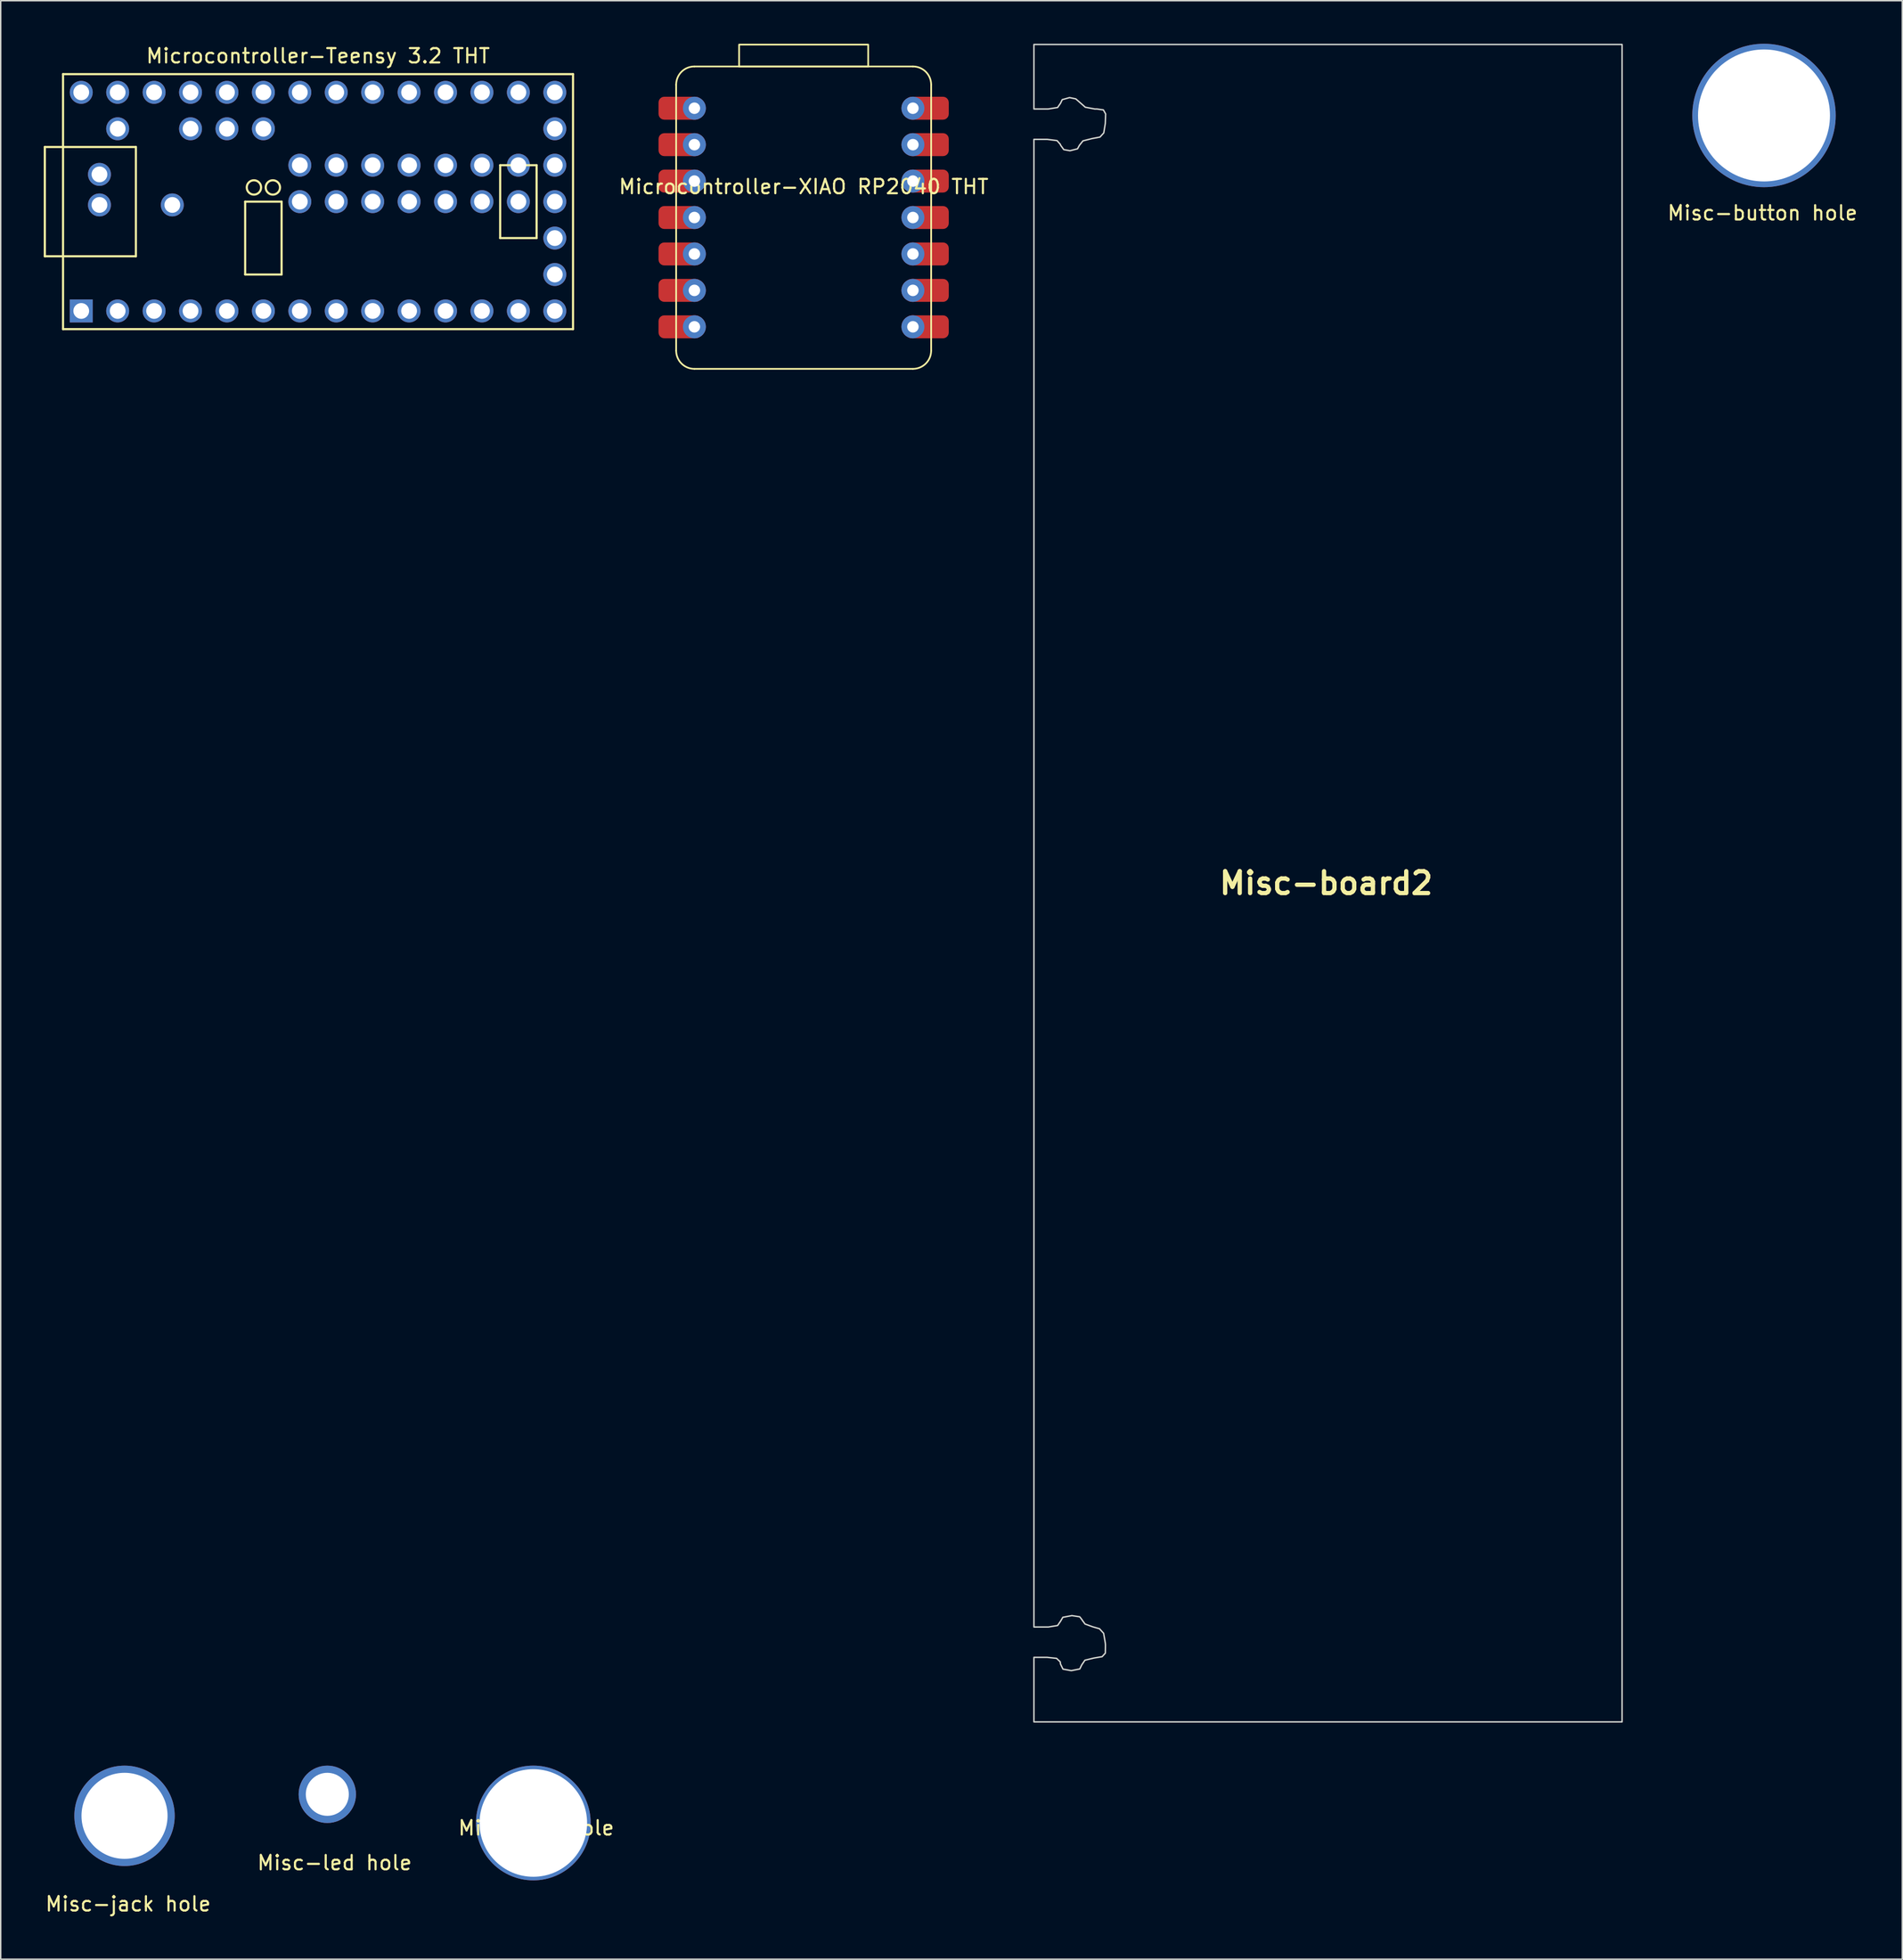
<source format=kicad_pcb>
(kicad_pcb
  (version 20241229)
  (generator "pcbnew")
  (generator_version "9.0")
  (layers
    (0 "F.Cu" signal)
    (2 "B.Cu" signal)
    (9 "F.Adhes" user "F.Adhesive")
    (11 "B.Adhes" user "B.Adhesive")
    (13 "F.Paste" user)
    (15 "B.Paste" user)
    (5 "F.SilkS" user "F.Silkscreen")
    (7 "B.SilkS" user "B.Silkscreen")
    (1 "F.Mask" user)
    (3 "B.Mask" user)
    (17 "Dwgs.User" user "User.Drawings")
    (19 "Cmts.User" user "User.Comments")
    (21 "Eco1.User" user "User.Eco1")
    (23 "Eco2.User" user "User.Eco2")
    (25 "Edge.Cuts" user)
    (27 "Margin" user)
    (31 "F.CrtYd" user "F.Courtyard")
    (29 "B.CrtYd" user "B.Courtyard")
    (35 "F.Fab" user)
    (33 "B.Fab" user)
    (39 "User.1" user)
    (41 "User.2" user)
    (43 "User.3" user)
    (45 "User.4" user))
  (footprint "Misc-button hole"
    (layer "F.Cu")
    (at 119.846 11.299)
    (property "Reference" "Misc-button hole" (at 0 0.5 0) (layer "F.SilkS") (effects (font (size 1 1) (thickness 0.15))))
    (attr through_hole)
    (pad "1" thru_hole circle (at 0.102 -6.299) (size 10 10) (drill 9.2) (layers "*.Mask" "F.Cu")))
  (footprint "Microcontroller-Teensy 3.2 THT"
    (layer "F.Cu")
    (at 19.125 11.008)
    (property "Reference" "Microcontroller-Teensy 3.2 THT" (at 0 -10.16 180) (layer "F.SilkS") (effects (font (size 1 1) (thickness 0.15))))
    (attr through_hole)
    (fp_line (start -19.05 -3.81) (end -17.78 -3.81) (stroke (width 0.15) (type solid)) (layer "F.SilkS"))
    (fp_line (start -19.05 3.81) (end -19.05 -3.81) (stroke (width 0.15) (type solid)) (layer "F.SilkS"))
    (fp_line (start -17.78 -8.89) (end 17.78 -8.89) (stroke (width 0.15) (type solid)) (layer "F.SilkS"))
    (fp_line (start -17.78 3.81) (end -19.05 3.81) (stroke (width 0.15) (type solid)) (layer "F.SilkS"))
    (fp_line (start -17.78 8.89) (end -17.78 -8.89) (stroke (width 0.15) (type solid)) (layer "F.SilkS"))
    (fp_line (start -12.7 -3.81) (end -17.78 -3.81) (stroke (width 0.15) (type solid)) (layer "F.SilkS"))
    (fp_line (start -12.7 3.81) (end -17.78 3.81) (stroke (width 0.15) (type solid)) (layer "F.SilkS"))
    (fp_line (start -12.7 3.81) (end -12.7 -3.81) (stroke (width 0.15) (type solid)) (layer "F.SilkS"))
    (fp_line (start -5.08 0) (end -2.54 0) (stroke (width 0.15) (type solid)) (layer "F.SilkS"))
    (fp_line (start -5.08 5.08) (end -5.08 0) (stroke (width 0.15) (type solid)) (layer "F.SilkS"))
    (fp_line (start -2.54 0) (end -2.54 5.08) (stroke (width 0.15) (type solid)) (layer "F.SilkS"))
    (fp_line (start -2.54 5.08) (end -5.08 5.08) (stroke (width 0.15) (type solid)) (layer "F.SilkS"))
    (fp_line (start 12.7 -2.54) (end 15.24 -2.54) (stroke (width 0.15) (type solid)) (layer "F.SilkS"))
    (fp_line (start 12.7 2.54) (end 12.7 -2.54) (stroke (width 0.15) (type solid)) (layer "F.SilkS"))
    (fp_line (start 15.24 -2.54) (end 15.24 2.54) (stroke (width 0.15) (type solid)) (layer "F.SilkS"))
    (fp_line (start 15.24 2.54) (end 12.7 2.54) (stroke (width 0.15) (type solid)) (layer "F.SilkS"))
    (fp_line (start 17.78 -8.89) (end 17.78 8.89) (stroke (width 0.15) (type solid)) (layer "F.SilkS"))
    (fp_line (start 17.78 8.89) (end -17.78 8.89) (stroke (width 0.15) (type solid)) (layer "F.SilkS"))
    (fp_circle (center -4.47 -0.99) (end -3.97 -0.99) (stroke (width 0.15) (type solid)) (fill no) (layer "F.SilkS"))
    (fp_circle (center -3.15 -0.99) (end -2.65 -0.99) (stroke (width 0.15) (type solid)) (fill no) (layer "F.SilkS"))
    (pad "1" thru_hole rect (at -16.51 7.62) (size 1.6 1.6) (drill 1.1) (layers "*.Cu" "*.Mask"))
    (pad "2" thru_hole circle (at -13.97 7.62) (size 1.6 1.6) (drill 1.1) (layers "*.Cu" "*.Mask"))
    (pad "3" thru_hole circle (at -11.43 7.62) (size 1.6 1.6) (drill 1.1) (layers "*.Cu" "*.Mask"))
    (pad "4" thru_hole circle (at -8.89 7.62) (size 1.6 1.6) (drill 1.1) (layers "*.Cu" "*.Mask"))
    (pad "5" thru_hole circle (at -6.35 7.62) (size 1.6 1.6) (drill 1.1) (layers "*.Cu" "*.Mask"))
    (pad "6" thru_hole circle (at -3.81 7.62) (size 1.6 1.6) (drill 1.1) (layers "*.Cu" "*.Mask"))
    (pad "7" thru_hole circle (at -1.27 7.62) (size 1.6 1.6) (drill 1.1) (layers "*.Cu" "*.Mask"))
    (pad "8" thru_hole circle (at 1.27 7.62) (size 1.6 1.6) (drill 1.1) (layers "*.Cu" "*.Mask"))
    (pad "9" thru_hole circle (at 3.81 7.62) (size 1.6 1.6) (drill 1.1) (layers "*.Cu" "*.Mask"))
    (pad "10" thru_hole circle (at 6.35 7.62) (size 1.6 1.6) (drill 1.1) (layers "*.Cu" "*.Mask"))
    (pad "11" thru_hole circle (at 8.89 7.62) (size 1.6 1.6) (drill 1.1) (layers "*.Cu" "*.Mask"))
    (pad "12" thru_hole circle (at 11.43 7.62) (size 1.6 1.6) (drill 1.1) (layers "*.Cu" "*.Mask"))
    (pad "13" thru_hole circle (at 13.97 7.62) (size 1.6 1.6) (drill 1.1) (layers "*.Cu" "*.Mask"))
    (pad "14" thru_hole circle (at 16.51 7.62) (size 1.6 1.6) (drill 1.1) (layers "*.Cu" "*.Mask"))
    (pad "15" thru_hole circle (at 16.51 5.08) (size 1.6 1.6) (drill 1.1) (layers "*.Cu" "*.Mask"))
    (pad "16" thru_hole circle (at 16.51 2.54) (size 1.6 1.6) (drill 1.1) (layers "*.Cu" "*.Mask"))
    (pad "17" thru_hole circle (at 16.51 0) (size 1.6 1.6) (drill 1.1) (layers "*.Cu" "*.Mask"))
    (pad "18" thru_hole circle (at 16.51 -2.54) (size 1.6 1.6) (drill 1.1) (layers "*.Cu" "*.Mask"))
    (pad "19" thru_hole circle (at 16.51 -5.08) (size 1.6 1.6) (drill 1.1) (layers "*.Cu" "*.Mask"))
    (pad "20" thru_hole circle (at 16.51 -7.62) (size 1.6 1.6) (drill 1.1) (layers "*.Cu" "*.Mask"))
    (pad "21" thru_hole circle (at 13.97 -7.62) (size 1.6 1.6) (drill 1.1) (layers "*.Cu" "*.Mask"))
    (pad "22" thru_hole circle (at 11.43 -7.62) (size 1.6 1.6) (drill 1.1) (layers "*.Cu" "*.Mask"))
    (pad "23" thru_hole circle (at 8.89 -7.62) (size 1.6 1.6) (drill 1.1) (layers "*.Cu" "*.Mask"))
    (pad "24" thru_hole circle (at 6.35 -7.62) (size 1.6 1.6) (drill 1.1) (layers "*.Cu" "*.Mask"))
    (pad "25" thru_hole circle (at 3.81 -7.62) (size 1.6 1.6) (drill 1.1) (layers "*.Cu" "*.Mask"))
    (pad "26" thru_hole circle (at 1.27 -7.62) (size 1.6 1.6) (drill 1.1) (layers "*.Cu" "*.Mask"))
    (pad "27" thru_hole circle (at -1.27 -7.62) (size 1.6 1.6) (drill 1.1) (layers "*.Cu" "*.Mask"))
    (pad "28" thru_hole circle (at -3.81 -7.62) (size 1.6 1.6) (drill 1.1) (layers "*.Cu" "*.Mask"))
    (pad "29" thru_hole circle (at -6.35 -7.62) (size 1.6 1.6) (drill 1.1) (layers "*.Cu" "*.Mask"))
    (pad "30" thru_hole circle (at -8.89 -7.62) (size 1.6 1.6) (drill 1.1) (layers "*.Cu" "*.Mask"))
    (pad "31" thru_hole circle (at -11.43 -7.62) (size 1.6 1.6) (drill 1.1) (layers "*.Cu" "*.Mask"))
    (pad "32" thru_hole circle (at -13.97 -7.62) (size 1.6 1.6) (drill 1.1) (layers "*.Cu" "*.Mask"))
    (pad "33" thru_hole circle (at -16.51 -7.62) (size 1.6 1.6) (drill 1.1) (layers "*.Cu" "*.Mask"))
    (pad "34" thru_hole circle (at -13.97 -5.08) (size 1.6 1.6) (drill 1.1) (layers "*.Cu" "*.Mask"))
    (pad "35" thru_hole circle (at -8.89 -5.08) (size 1.6 1.6) (drill 1.1) (layers "*.Cu" "*.Mask"))
    (pad "36" thru_hole circle (at -6.35 -5.08) (size 1.6 1.6) (drill 1.1) (layers "*.Cu" "*.Mask"))
    (pad "37" thru_hole circle (at -3.81 -5.08) (size 1.6 1.6) (drill 1.1) (layers "*.Cu" "*.Mask"))
    (pad "38" thru_hole circle (at -10.16 0.23) (size 1.6 1.6) (drill 1.1) (layers "*.Cu" "*.Mask"))
    (pad "39" thru_hole circle (at -15.24 0.23) (size 1.6 1.6) (drill 1.1) (layers "*.Cu" "*.Mask"))
    (pad "40" thru_hole circle (at -15.24 -1.9) (size 1.6 1.6) (drill 1.1) (layers "*.Cu" "*.Mask"))
    (pad "41" thru_hole circle (at -1.27 -2.54) (size 1.6 1.6) (drill 1.1) (layers "*.Cu" "*.Mask"))
    (pad "42" thru_hole circle (at 1.27 -2.54) (size 1.6 1.6) (drill 1.1) (layers "*.Cu" "*.Mask"))
    (pad "43" thru_hole circle (at 3.81 -2.54) (size 1.6 1.6) (drill 1.1) (layers "*.Cu" "*.Mask"))
    (pad "44" thru_hole circle (at 6.35 -2.54 90) (size 1.6 1.6) (drill 1.1) (layers "*.Cu" "*.Mask"))
    (pad "45" thru_hole circle (at 8.89 -2.54) (size 1.6 1.6) (drill 1.1) (layers "*.Cu" "*.Mask"))
    (pad "46" thru_hole circle (at 11.43 -2.54) (size 1.6 1.6) (drill 1.1) (layers "*.Cu" "*.Mask"))
    (pad "47" thru_hole circle (at 13.97 -2.54) (size 1.6 1.6) (drill 1.1) (layers "*.Cu" "*.Mask"))
    (pad "48" thru_hole circle (at 13.97 0) (size 1.6 1.6) (drill 1.1) (layers "*.Cu" "*.Mask"))
    (pad "49" thru_hole circle (at 11.43 0) (size 1.6 1.6) (drill 1.1) (layers "*.Cu" "*.Mask"))
    (pad "50" thru_hole circle (at 8.89 0) (size 1.6 1.6) (drill 1.1) (layers "*.Cu" "*.Mask"))
    (pad "51" thru_hole circle (at 6.35 0) (size 1.6 1.6) (drill 1.1) (layers "*.Cu" "*.Mask"))
    (pad "52" thru_hole circle (at 3.81 0) (size 1.6 1.6) (drill 1.1) (layers "*.Cu" "*.Mask"))
    (pad "53" thru_hole circle (at 1.27 0) (size 1.6 1.6) (drill 1.1) (layers "*.Cu" "*.Mask"))
    (pad "54" thru_hole circle (at -1.27 0) (size 1.6 1.6) (drill 1.1) (layers "*.Cu" "*.Mask")))
  (footprint "Microcontroller-XIAO RP2040 THT"
    (layer "F.Cu")
    (at 44.096 22.666)
    (property "Reference" "Microcontroller-XIAO RP2040 THT" (at 8.89 -12.7 0) (unlocked yes) (layer "F.SilkS") (effects (font (size 1 1) (thickness 0.15))))
    (attr through_hole)
    (fp_line (start 0 -1.27) (end 0 -19.812) (stroke (width 0.12) (type solid)) (layer "F.SilkS"))
    (fp_line (start 1.27 -21.082) (end 16.51 -21.082) (stroke (width 0.12) (type solid)) (layer "F.SilkS"))
    (fp_line (start 16.51 0) (end 1.27 0) (stroke (width 0.12) (type solid)) (layer "F.SilkS"))
    (fp_line (start 17.78 -19.812) (end 17.78 -1.27) (stroke (width 0.12) (type solid)) (layer "F.SilkS"))
    (fp_rect (start 4.39 -21.082) (end 13.39 -22.606) (stroke (width 0.12) (type solid)) (fill no) (layer "F.SilkS"))
    (fp_arc (start 0 -19.812) (mid 0.371974 -20.710026) (end 1.27 -21.082) (stroke (width 0.12) (type solid)) (layer "F.SilkS"))
    (fp_arc (start 1.27 0) (mid 0.371974 -0.371974) (end 0 -1.27) (stroke (width 0.12) (type solid)) (layer "F.SilkS"))
    (fp_arc (start 16.51 -21.082) (mid 17.408026 -20.710026) (end 17.78 -19.812) (stroke (width 0.12) (type solid)) (layer "F.SilkS"))
    (fp_arc (start 17.78 -1.27) (mid 17.408026 -0.371974) (end 16.51 0) (stroke (width 0.12) (type solid)) (layer "F.SilkS"))
    (pad "1" thru_hole circle (at 1.272 -18.171) (size 1.6 1.6) (drill 0.8) (layers "*.Cu" "*.Mask"))
    (pad "1" smd roundrect (at 1.272 -18.171) (size 3 1.6) (drill (offset -1 0)) (layers "F.Cu" "F.Mask") (roundrect_rratio 0.25))
    (pad "2" thru_hole circle (at 1.272 -15.631) (size 1.6 1.6) (drill 0.8) (layers "*.Cu" "*.Mask"))
    (pad "2" smd roundrect (at 1.272 -15.631) (size 3 1.6) (drill (offset -1 0)) (layers "F.Cu" "F.Mask") (roundrect_rratio 0.25))
    (pad "3" thru_hole circle (at 1.272 -13.091) (size 1.6 1.6) (drill 0.8) (layers "*.Cu" "*.Mask"))
    (pad "3" smd roundrect (at 1.272 -13.091) (size 3 1.6) (drill (offset -1 0)) (layers "F.Cu" "F.Mask") (roundrect_rratio 0.25))
    (pad "4" thru_hole circle (at 1.272 -10.551) (size 1.6 1.6) (drill 0.8) (layers "*.Cu" "*.Mask"))
    (pad "4" smd roundrect (at 1.272 -10.551) (size 3 1.6) (drill (offset -1 0)) (layers "F.Cu" "F.Mask") (roundrect_rratio 0.25))
    (pad "5" thru_hole circle (at 1.272 -8.011) (size 1.6 1.6) (drill 0.8) (layers "*.Cu" "*.Mask"))
    (pad "5" smd roundrect (at 1.272 -8.011) (size 3 1.6) (drill (offset -1 0)) (layers "F.Cu" "F.Mask") (roundrect_rratio 0.25))
    (pad "6" thru_hole circle (at 1.272 -5.471) (size 1.6 1.6) (drill 0.8) (layers "*.Cu" "*.Mask"))
    (pad "6" smd roundrect (at 1.272 -5.471) (size 3 1.6) (drill (offset -1 0)) (layers "F.Cu" "F.Mask") (roundrect_rratio 0.25))
    (pad "7" thru_hole circle (at 1.272 -2.931) (size 1.6 1.6) (drill 0.8) (layers "*.Cu" "*.Mask"))
    (pad "7" smd roundrect (at 1.272 -2.931) (size 3 1.6) (drill (offset -1 0)) (layers "F.Cu" "F.Mask") (roundrect_rratio 0.25))
    (pad "8" thru_hole circle (at 16.508 -2.931) (size 1.6 1.6) (drill 0.8) (layers "*.Cu" "*.Mask"))
    (pad "8" smd roundrect (at 16.508 -2.931) (size 3 1.6) (drill (offset 1 0)) (layers "F.Cu" "F.Mask") (roundrect_rratio 0.25))
    (pad "9" thru_hole circle (at 16.508 -5.471) (size 1.6 1.6) (drill 0.8) (layers "*.Cu" "*.Mask"))
    (pad "9" smd roundrect (at 16.508 -5.471) (size 3 1.6) (drill (offset 1 0)) (layers "F.Cu" "F.Mask") (roundrect_rratio 0.25))
    (pad "10" thru_hole circle (at 16.508 -8.011) (size 1.6 1.6) (drill 0.8) (layers "*.Cu" "*.Mask"))
    (pad "10" smd roundrect (at 16.508 -8.011) (size 3 1.6) (drill (offset 1 0)) (layers "F.Cu" "F.Mask") (roundrect_rratio 0.25))
    (pad "11" thru_hole circle (at 16.508 -10.551) (size 1.6 1.6) (drill 0.8) (layers "*.Cu" "*.Mask"))
    (pad "11" smd roundrect (at 16.508 -10.551) (size 3 1.6) (drill (offset 1 0)) (layers "F.Cu" "F.Mask") (roundrect_rratio 0.25))
    (pad "12" thru_hole circle (at 16.508 -13.091) (size 1.6 1.6) (drill 0.8) (layers "*.Cu" "*.Mask"))
    (pad "12" smd roundrect (at 16.508 -13.091) (size 3 1.6) (drill (offset 1 0)) (layers "F.Cu" "F.Mask") (roundrect_rratio 0.25))
    (pad "13" thru_hole circle (at 16.508 -15.631) (size 1.6 1.6) (drill 0.8) (layers "*.Cu" "*.Mask"))
    (pad "13" smd roundrect (at 16.508 -15.631) (size 3 1.6) (drill (offset 1 0)) (layers "F.Cu" "F.Mask") (roundrect_rratio 0.25))
    (pad "14" thru_hole circle (at 16.508 -18.171) (size 1.6 1.6) (drill 0.8) (layers "*.Cu" "*.Mask"))
    (pad "14" smd roundrect (at 16.508 -18.171) (size 3 1.6) (drill (offset 1 0)) (layers "F.Cu" "F.Mask") (roundrect_rratio 0.25)))
  (footprint "Misc-board2"
    (layer "F.Cu")
    (at 89.415 58.523)
    (property "Reference" "Misc-board2" (at 0 0 0) (layer "F.SilkS") (effects (font (size 1.524 1.524) (thickness 0.3))))
    (attr board_only exclude_from_pos_files exclude_from_bom)
    (fp_poly (pts (xy 20.637 58.473) (xy -20.373 58.473) (xy -20.373 53.975) (xy -19.447 53.975) (xy -18.794 54.044) (xy -18.538 54.289) (xy -18.521 54.438) (xy -18.348 54.794) (xy -17.77 54.901) (xy -17.768 54.901) (xy -17.176 54.783) (xy -17.04 54.504) (xy -16.817 54.174) (xy -16.191 54.023) (xy -15.618 53.928) (xy -15.393 53.679) (xy -15.386 53.106) (xy -15.397 52.966) (xy -15.512 52.3) (xy -15.802 51.979) (xy -16.272 51.845) (xy -16.806 51.652) (xy -17.001 51.39) (xy -16.999 51.381) (xy -17.179 51.148) (xy -17.727 51.065) (xy -18.357 51.183) (xy -18.521 51.461) (xy -18.722 51.755) (xy -19.363 51.858) (xy -19.447 51.858) (xy -20.373 51.858) (xy -20.373 -51.858) (xy -19.447 -51.858) (xy -18.762 -51.772) (xy -18.523 -51.498) (xy -18.521 -51.461) (xy -18.291 -51.142) (xy -17.859 -51.065) (xy -17.335 -51.197) (xy -17.198 -51.445) (xy -16.954 -51.752) (xy -16.338 -51.908) (xy -15.766 -52.017) (xy -15.503 -52.308) (xy -15.399 -52.952) (xy -15.396 -52.983) (xy -15.374 -53.631) (xy -15.53 -53.91) (xy -15.981 -53.974) (xy -16.132 -53.975) (xy -16.793 -54.098) (xy -17.102 -54.372) (xy -17.456 -54.68) (xy -17.888 -54.769) (xy -18.398 -54.626) (xy -18.521 -54.372) (xy -18.722 -54.078) (xy -19.363 -53.976) (xy -19.447 -53.975) (xy -20.373 -53.975) (xy -20.373 -58.473) (xy 20.637 -58.473)) (stroke (width 0.1) (type solid)) (fill no) (layer "Edge.Cuts")))
  (footprint "Misc-jack hole"
    (layer "F.Cu")
    (at 5.938 126.238)
    (property "Reference" "Misc-jack hole" (at -0.051 3.454 0) (layer "F.SilkS") (effects (font (size 1 1) (thickness 0.15))))
    (attr through_hole)
    (pad "1" thru_hole circle (at -0.305 -2.692) (size 7 7) (drill 6) (layers "*.Mask" "F.Cu")))
  (footprint "Misc-led hole"
    (layer "F.Cu")
    (at 19.772 127.786)
    (property "Reference" "Misc-led hole" (at 0.508 -0.965 0) (layer "F.SilkS") (effects (font (size 1 1) (thickness 0.15))))
    (attr through_hole)
    (pad "1" thru_hole circle (at 0 -5.74) (size 4 4) (drill 3) (layers "*.Mask" "F.Cu")))
  (footprint "Misc-pot hole"
    (layer "F.Cu")
    (at 34.339 123.893)
    (property "Reference" "Misc-pot hole" (at 0 0.5 0) (layer "F.SilkS") (effects (font (size 1 1) (thickness 0.15))))
    (attr through_hole)
    (pad "1" thru_hole circle (at -0.203 0.152) (size 8 8) (drill 7.5) (layers "*.Mask" "F.Cu")))
  (gr_rect
    (start -3 -3)
    (end 129.59 133.541)
    (stroke (width 0.1) (type default))
    (fill no)
    (layer "Edge.Cuts")))
</source>
